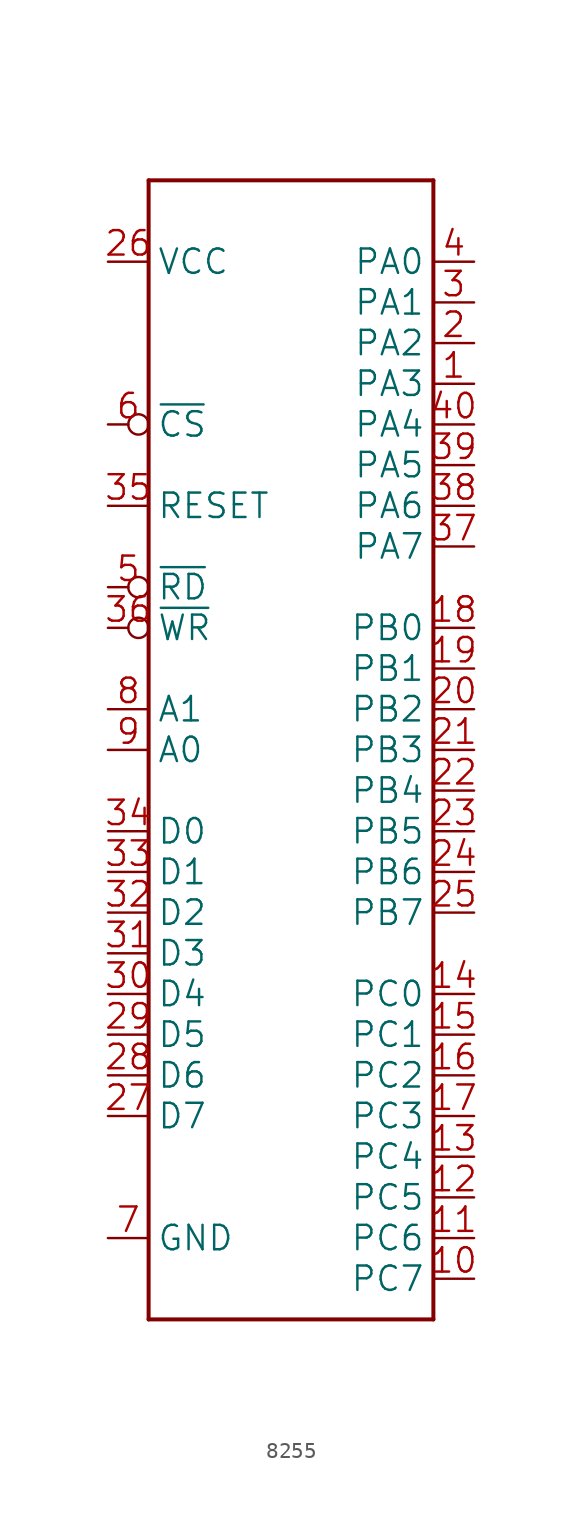
<source format=kicad_sym>
(kicad_symbol_lib
  (version 20241209)
  (generator "kicad_symbol_editor")
  (generator_version "9.0")
  (symbol "8255"
    (property "Reference" "U"
      (at 0 0 0)
      (effects (font (size 1.27 1.27)) (hide yes)))
    (property "ki_locked" ""
      (at 0 0 0)
      (effects (font (size 1.27 1.27))))
    (symbol "8255_1_0"
      (polyline (pts (xy -8.89 35.56) (xy 8.89 35.56)) (stroke (width 0.25) (type solid)) (fill (type none)))
      (polyline (pts (xy -8.89 -35.56) (xy -8.89 35.56)) (stroke (width 0.25) (type solid)) (fill (type none)))
      (polyline (pts (xy 8.89 35.56) (xy 8.89 -35.56)) (stroke (width 0.25) (type solid)) (fill (type none)))
      (polyline (pts (xy 8.89 -35.56) (xy -8.89 -35.56)) (stroke (width 0.25) (type solid)) (fill (type none)))
      (pin power_in line (at -11.43 30.48 0) (length 2.54) (name "VCC" (effects (font (size 1.524 1.524)))) (number "26" (effects (font (size 1.524 1.524)))))
      (pin input inverted (at -11.43 20.32 0) (length 2.54) (name "~{CS}" (effects (font (size 1.524 1.524)))) (number "6" (effects (font (size 1.524 1.524)))))
      (pin input line (at -11.43 15.24 0) (length 2.54) (name "RESET" (effects (font (size 1.524 1.524)))) (number "35" (effects (font (size 1.524 1.524)))))
      (pin input inverted (at -11.43 10.16 0) (length 2.54) (name "~{RD}" (effects (font (size 1.524 1.524)))) (number "5" (effects (font (size 1.524 1.524)))))
      (pin input inverted (at -11.43 7.62 0) (length 2.54) (name "~{WR}" (effects (font (size 1.524 1.524)))) (number "36" (effects (font (size 1.524 1.524)))))
      (pin input line (at -11.43 2.54 0) (length 2.54) (name "A1" (effects (font (size 1.524 1.524)))) (number "8" (effects (font (size 1.524 1.524)))))
      (pin input line (at -11.43 0 0) (length 2.54) (name "A0" (effects (font (size 1.524 1.524)))) (number "9" (effects (font (size 1.524 1.524)))))
      (pin bidirectional line (at -11.43 -5.08 0) (length 2.54) (name "D0" (effects (font (size 1.524 1.524)))) (number "34" (effects (font (size 1.524 1.524)))))
      (pin bidirectional line (at -11.43 -7.62 0) (length 2.54) (name "D1" (effects (font (size 1.524 1.524)))) (number "33" (effects (font (size 1.524 1.524)))))
      (pin bidirectional line (at -11.43 -10.16 0) (length 2.54) (name "D2" (effects (font (size 1.524 1.524)))) (number "32" (effects (font (size 1.524 1.524)))))
      (pin bidirectional line (at -11.43 -12.7 0) (length 2.54) (name "D3" (effects (font (size 1.524 1.524)))) (number "31" (effects (font (size 1.524 1.524)))))
      (pin bidirectional line (at -11.43 -15.24 0) (length 2.54) (name "D4" (effects (font (size 1.524 1.524)))) (number "30" (effects (font (size 1.524 1.524)))))
      (pin bidirectional line (at -11.43 -17.78 0) (length 2.54) (name "D5" (effects (font (size 1.524 1.524)))) (number "29" (effects (font (size 1.524 1.524)))))
      (pin bidirectional line (at -11.43 -20.32 0) (length 2.54) (name "D6" (effects (font (size 1.524 1.524)))) (number "28" (effects (font (size 1.524 1.524)))))
      (pin bidirectional line (at -11.43 -22.86 0) (length 2.54) (name "D7" (effects (font (size 1.524 1.524)))) (number "27" (effects (font (size 1.524 1.524)))))
      (pin power_in line (at -11.43 -30.48 0) (length 2.54) (name "GND" (effects (font (size 1.524 1.524)))) (number "7" (effects (font (size 1.524 1.524)))))
      (pin bidirectional line (at 11.43 30.48 180) (length 2.54) (name "PA0" (effects (font (size 1.524 1.524)))) (number "4" (effects (font (size 1.524 1.524)))))
      (pin bidirectional line (at 11.43 27.94 180) (length 2.54) (name "PA1" (effects (font (size 1.524 1.524)))) (number "3" (effects (font (size 1.524 1.524)))))
      (pin bidirectional line (at 11.43 25.4 180) (length 2.54) (name "PA2" (effects (font (size 1.524 1.524)))) (number "2" (effects (font (size 1.524 1.524)))))
      (pin bidirectional line (at 11.43 22.86 180) (length 2.54) (name "PA3" (effects (font (size 1.524 1.524)))) (number "1" (effects (font (size 1.524 1.524)))))
      (pin bidirectional line (at 11.43 20.32 180) (length 2.54) (name "PA4" (effects (font (size 1.524 1.524)))) (number "40" (effects (font (size 1.524 1.524)))))
      (pin bidirectional line (at 11.43 17.78 180) (length 2.54) (name "PA5" (effects (font (size 1.524 1.524)))) (number "39" (effects (font (size 1.524 1.524)))))
      (pin bidirectional line (at 11.43 15.24 180) (length 2.54) (name "PA6" (effects (font (size 1.524 1.524)))) (number "38" (effects (font (size 1.524 1.524)))))
      (pin bidirectional line (at 11.43 12.7 180) (length 2.54) (name "PA7" (effects (font (size 1.524 1.524)))) (number "37" (effects (font (size 1.524 1.524)))))
      (pin bidirectional line (at 11.43 7.62 180) (length 2.54) (name "PB0" (effects (font (size 1.524 1.524)))) (number "18" (effects (font (size 1.524 1.524)))))
      (pin bidirectional line (at 11.43 5.08 180) (length 2.54) (name "PB1" (effects (font (size 1.524 1.524)))) (number "19" (effects (font (size 1.524 1.524)))))
      (pin bidirectional line (at 11.43 2.54 180) (length 2.54) (name "PB2" (effects (font (size 1.524 1.524)))) (number "20" (effects (font (size 1.524 1.524)))))
      (pin bidirectional line (at 11.43 0 180) (length 2.54) (name "PB3" (effects (font (size 1.524 1.524)))) (number "21" (effects (font (size 1.524 1.524)))))
      (pin bidirectional line (at 11.43 -2.54 180) (length 2.54) (name "PB4" (effects (font (size 1.524 1.524)))) (number "22" (effects (font (size 1.524 1.524)))))
      (pin bidirectional line (at 11.43 -5.08 180) (length 2.54) (name "PB5" (effects (font (size 1.524 1.524)))) (number "23" (effects (font (size 1.524 1.524)))))
      (pin bidirectional line (at 11.43 -7.62 180) (length 2.54) (name "PB6" (effects (font (size 1.524 1.524)))) (number "24" (effects (font (size 1.524 1.524)))))
      (pin bidirectional line (at 11.43 -10.16 180) (length 2.54) (name "PB7" (effects (font (size 1.524 1.524)))) (number "25" (effects (font (size 1.524 1.524)))))
      (pin bidirectional line (at 11.43 -15.24 180) (length 2.54) (name "PC0" (effects (font (size 1.524 1.524)))) (number "14" (effects (font (size 1.524 1.524)))))
      (pin bidirectional line (at 11.43 -17.78 180) (length 2.54) (name "PC1" (effects (font (size 1.524 1.524)))) (number "15" (effects (font (size 1.524 1.524)))))
      (pin bidirectional line (at 11.43 -20.32 180) (length 2.54) (name "PC2" (effects (font (size 1.524 1.524)))) (number "16" (effects (font (size 1.524 1.524)))))
      (pin bidirectional line (at 11.43 -22.86 180) (length 2.54) (name "PC3" (effects (font (size 1.524 1.524)))) (number "17" (effects (font (size 1.524 1.524)))))
      (pin bidirectional line (at 11.43 -25.4 180) (length 2.54) (name "PC4" (effects (font (size 1.524 1.524)))) (number "13" (effects (font (size 1.524 1.524)))))
      (pin bidirectional line (at 11.43 -27.94 180) (length 2.54) (name "PC5" (effects (font (size 1.524 1.524)))) (number "12" (effects (font (size 1.524 1.524)))))
      (pin bidirectional line (at 11.43 -30.48 180) (length 2.54) (name "PC6" (effects (font (size 1.524 1.524)))) (number "11" (effects (font (size 1.524 1.524)))))
      (pin bidirectional line (at 11.43 -33.02 180) (length 2.54) (name "PC7" (effects (font (size 1.524 1.524)))) (number "10" (effects (font (size 1.524 1.524))))))))
</source>
